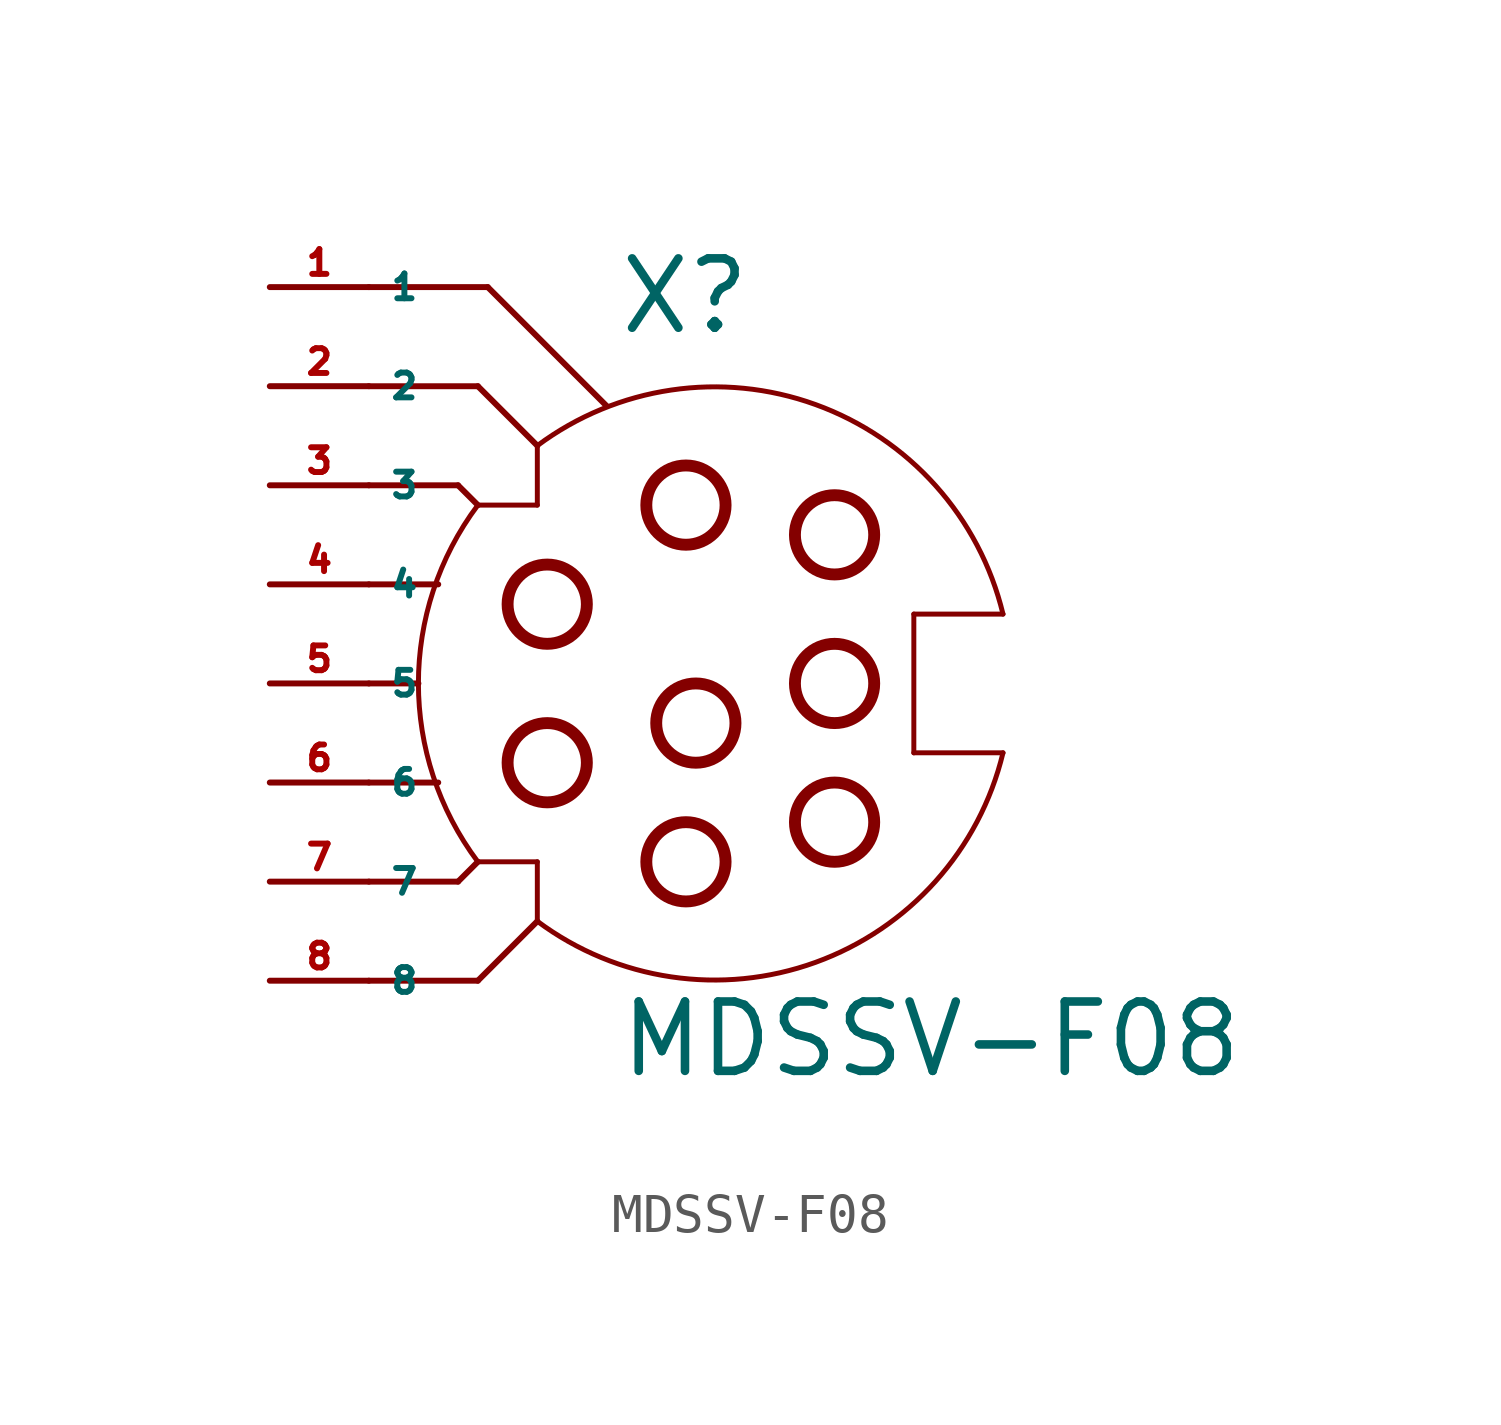
<source format=kicad_sym>
(kicad_symbol_lib
  (version 20220914)
  (generator Eagle2Kicad)
  (symbol "MDSSV-F08"
    (property "Reference" "X"
      (at -1.27 8.89 0)
      (effects (font (size 1.778 1.778) (thickness 0.22)) (justify left bottom)))
    (property "Value" "MDSSV-F08"
      (at -1.27 -10.16 0)
      (effects (font (size 1.778 1.778) (thickness 0.22)) (justify left bottom)))
    (polyline
      (pts (xy 6.35 -1.778) (xy 6.35 1.778))
      (stroke (width 0.127) (type default))
      (fill (type none)))
    (polyline
      (pts (xy 6.35 1.778) (xy 8.636 1.778))
      (stroke (width 0.127) (type default))
      (fill (type none)))
    (polyline
      (pts (xy -3.302 6.096) (xy -3.302 4.572))
      (stroke (width 0.127) (type default))
      (fill (type none)))
    (polyline
      (pts (xy -3.302 4.572) (xy -4.826 4.572))
      (stroke (width 0.127) (type default))
      (fill (type none)))
    (polyline
      (pts (xy -4.826 -4.572) (xy -3.302 -4.572))
      (stroke (width 0.127) (type default))
      (fill (type none)))
    (polyline
      (pts (xy -3.302 -4.572) (xy -3.302 -6.096))
      (stroke (width 0.127) (type default))
      (fill (type none)))
    (arc
      (start -4.826 4.572)
      (mid -6.350 0.000)
      (end -4.826 -4.572)
      (stroke (width 0.127) (type default))
      (fill (type none)))
    (arc
      (start 8.6357 1.778)
      (mid 3.829 7.150)
      (end -3.302 6.096)
      (stroke (width 0.127) (type default))
      (fill (type none)))
    (polyline
      (pts (xy -7.62 0) (xy -6.35 0))
      (stroke (width 0.152) (type default))
      (fill (type none)))
    (polyline
      (pts (xy -7.62 2.54) (xy -5.842 2.54))
      (stroke (width 0.152) (type default))
      (fill (type none)))
    (polyline
      (pts (xy -7.62 -2.54) (xy -5.842 -2.54))
      (stroke (width 0.152) (type default))
      (fill (type none)))
    (polyline
      (pts (xy -7.62 5.08) (xy -5.334 5.08))
      (stroke (width 0.152) (type default))
      (fill (type none)))
    (polyline
      (pts (xy -5.334 5.08) (xy -4.826 4.572))
      (stroke (width 0.152) (type default))
      (fill (type none)))
    (polyline
      (pts (xy -7.62 -5.08) (xy -5.334 -5.08))
      (stroke (width 0.152) (type default))
      (fill (type none)))
    (polyline
      (pts (xy -5.334 -5.08) (xy -4.826 -4.572))
      (stroke (width 0.152) (type default))
      (fill (type none)))
    (polyline
      (pts (xy -7.62 -7.62) (xy -4.826 -7.62))
      (stroke (width 0.152) (type default))
      (fill (type none)))
    (polyline
      (pts (xy -4.826 -7.62) (xy -3.302 -6.096))
      (stroke (width 0.152) (type default))
      (fill (type none)))
    (polyline
      (pts (xy -7.62 7.62) (xy -4.826 7.62))
      (stroke (width 0.152) (type default))
      (fill (type none)))
    (polyline
      (pts (xy -4.826 7.62) (xy -3.302 6.096))
      (stroke (width 0.152) (type default))
      (fill (type none)))
    (polyline
      (pts (xy -7.62 10.16) (xy -4.572 10.16))
      (stroke (width 0.152) (type default))
      (fill (type none)))
    (polyline
      (pts (xy -4.572 10.16) (xy -1.524 7.112))
      (stroke (width 0.152) (type default))
      (fill (type none)))
    (polyline
      (pts (xy 6.35 -1.778) (xy 8.636 -1.778))
      (stroke (width 0.127) (type default))
      (fill (type none)))
    (arc
      (start -3.302 -6.096)
      (mid 3.829 -7.150)
      (end 8.6357 -1.778)
      (stroke (width 0.127) (type default))
      (fill (type none)))
    (circle
      (center 0.508 4.572)
      (radius 1.016)
      (stroke (width 0.305) (type default))
      (fill (type none)))
    (circle
      (center 4.318 3.81)
      (radius 1.016)
      (stroke (width 0.305) (type default))
      (fill (type none)))
    (circle
      (center 0.508 -4.572)
      (radius 1.016)
      (stroke (width 0.305) (type default))
      (fill (type none)))
    (circle
      (center 4.318 -3.556)
      (radius 1.016)
      (stroke (width 0.305) (type default))
      (fill (type none)))
    (circle
      (center -3.048 2.032)
      (radius 1.016)
      (stroke (width 0.305) (type default))
      (fill (type none)))
    (circle
      (center -3.048 -2.032)
      (radius 1.016)
      (stroke (width 0.305) (type default))
      (fill (type none)))
    (circle
      (center 4.318 0)
      (radius 1.016)
      (stroke (width 0.305) (type default))
      (fill (type none)))
    (circle
      (center 0.762 -1.016)
      (radius 1.016)
      (stroke (width 0.305) (type default))
      (fill (type none)))
    (pin passive line
      (at -10.16 10.16 0)
      (length 2.54)
      (name "1" (effects (font (size 0.635 0.635) (thickness 0.08)) (justify left bottom)))
      (number "1" (effects (font (size 0.635 0.635) (thickness 0.08)) (justify left bottom))))
    (pin passive line
      (at -10.16 7.62 0)
      (length 2.54)
      (name "2" (effects (font (size 0.635 0.635) (thickness 0.08)) (justify left bottom)))
      (number "2" (effects (font (size 0.635 0.635) (thickness 0.08)) (justify left bottom))))
    (pin passive line
      (at -10.16 5.08 0)
      (length 2.54)
      (name "3" (effects (font (size 0.635 0.635) (thickness 0.08)) (justify left bottom)))
      (number "3" (effects (font (size 0.635 0.635) (thickness 0.08)) (justify left bottom))))
    (pin passive line
      (at -10.16 2.54 0)
      (length 2.54)
      (name "4" (effects (font (size 0.635 0.635) (thickness 0.08)) (justify left bottom)))
      (number "4" (effects (font (size 0.635 0.635) (thickness 0.08)) (justify left bottom))))
    (pin passive line
      (at -10.16 0 0)
      (length 2.54)
      (name "5" (effects (font (size 0.635 0.635) (thickness 0.08)) (justify left bottom)))
      (number "5" (effects (font (size 0.635 0.635) (thickness 0.08)) (justify left bottom))))
    (pin passive line
      (at -10.16 -2.54 0)
      (length 2.54)
      (name "6" (effects (font (size 0.635 0.635) (thickness 0.08)) (justify left bottom)))
      (number "6" (effects (font (size 0.635 0.635) (thickness 0.08)) (justify left bottom))))
    (pin passive line
      (at -10.16 -5.08 0)
      (length 2.54)
      (name "7" (effects (font (size 0.635 0.635) (thickness 0.08)) (justify left bottom)))
      (number "7" (effects (font (size 0.635 0.635) (thickness 0.08)) (justify left bottom))))
    (pin passive line
      (at -10.16 -7.62 0)
      (length 2.54)
      (name "8" (effects (font (size 0.635 0.635) (thickness 0.08)) (justify left bottom)))
      (number "8" (effects (font (size 0.635 0.635) (thickness 0.08)) (justify left bottom))))))
</source>
